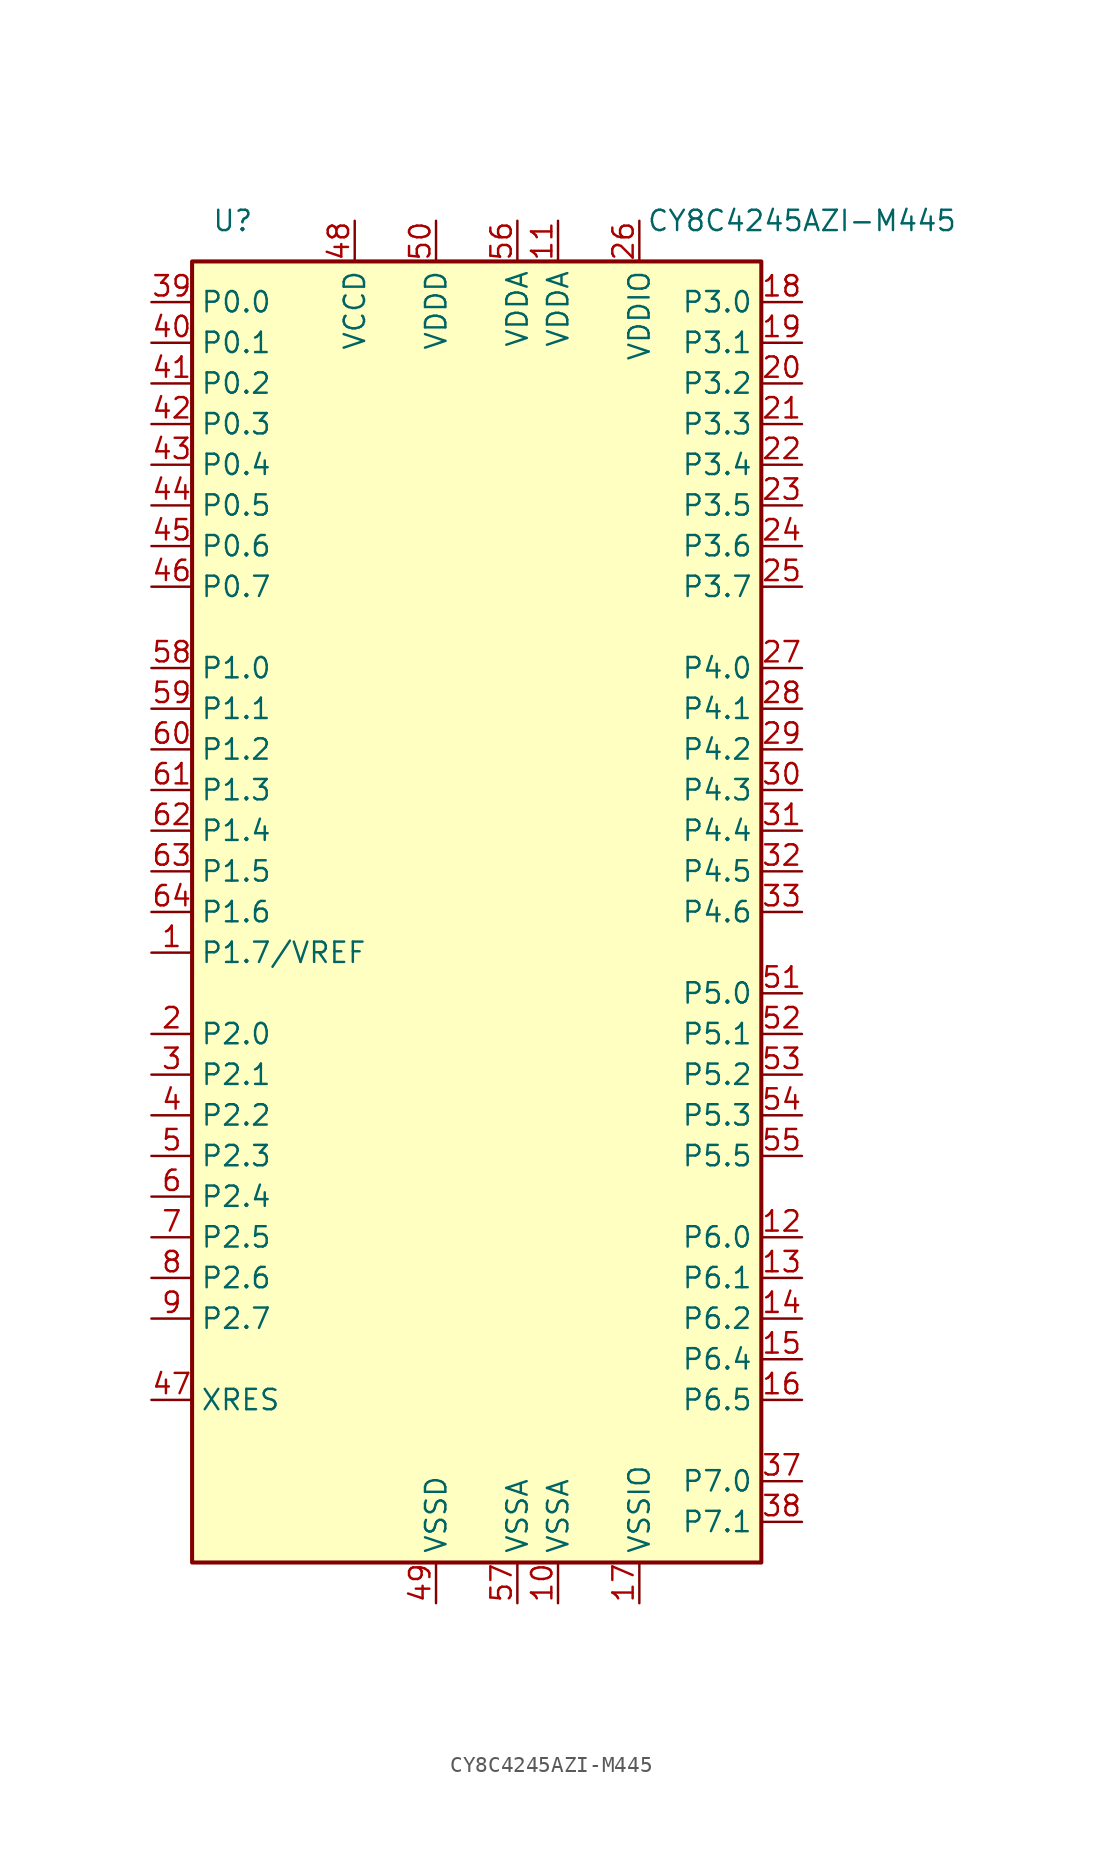
<source format=kicad_sym>
(kicad_symbol_lib
  (version 20241209)
  (generator "kicad_symbol_editor")
  (generator_version "9.0")
  (symbol "CY8C4245AZI-M445"
    (property "Reference" "U"
      (at -15.24 43.18 0)
      (effects (font (size 1.27 1.27))))
    (property "Value" "CY8C4245AZI-M445"
      (at 20.32 43.18 0)
      (effects (font (size 1.27 1.27))))
    (symbol "CY8C4245AZI-M445_0_1"
      (rectangle (start -17.78 40.64) (end 17.78 -40.64) (stroke (width 0.254) (type default)) (fill (type background))))
    (symbol "CY8C4245AZI-M445_1_1"
      (pin bidirectional line (at -20.32 38.1 0) (length 2.54) (name "P0.0" (effects (font (size 1.27 1.27)))) (number "39" (effects (font (size 1.27 1.27)))))
      (pin bidirectional line (at -20.32 35.56 0) (length 2.54) (name "P0.1" (effects (font (size 1.27 1.27)))) (number "40" (effects (font (size 1.27 1.27)))))
      (pin bidirectional line (at -20.32 33.02 0) (length 2.54) (name "P0.2" (effects (font (size 1.27 1.27)))) (number "41" (effects (font (size 1.27 1.27)))))
      (pin bidirectional line (at -20.32 30.48 0) (length 2.54) (name "P0.3" (effects (font (size 1.27 1.27)))) (number "42" (effects (font (size 1.27 1.27)))))
      (pin bidirectional line (at -20.32 27.94 0) (length 2.54) (name "P0.4" (effects (font (size 1.27 1.27)))) (number "43" (effects (font (size 1.27 1.27)))))
      (pin bidirectional line (at -20.32 25.4 0) (length 2.54) (name "P0.5" (effects (font (size 1.27 1.27)))) (number "44" (effects (font (size 1.27 1.27)))))
      (pin bidirectional line (at -20.32 22.86 0) (length 2.54) (name "P0.6" (effects (font (size 1.27 1.27)))) (number "45" (effects (font (size 1.27 1.27)))))
      (pin bidirectional line (at -20.32 20.32 0) (length 2.54) (name "P0.7" (effects (font (size 1.27 1.27)))) (number "46" (effects (font (size 1.27 1.27)))))
      (pin bidirectional line (at -20.32 15.24 0) (length 2.54) (name "P1.0" (effects (font (size 1.27 1.27)))) (number "58" (effects (font (size 1.27 1.27)))))
      (pin bidirectional line (at -20.32 12.7 0) (length 2.54) (name "P1.1" (effects (font (size 1.27 1.27)))) (number "59" (effects (font (size 1.27 1.27)))))
      (pin bidirectional line (at -20.32 10.16 0) (length 2.54) (name "P1.2" (effects (font (size 1.27 1.27)))) (number "60" (effects (font (size 1.27 1.27)))))
      (pin bidirectional line (at -20.32 7.62 0) (length 2.54) (name "P1.3" (effects (font (size 1.27 1.27)))) (number "61" (effects (font (size 1.27 1.27)))))
      (pin bidirectional line (at -20.32 5.08 0) (length 2.54) (name "P1.4" (effects (font (size 1.27 1.27)))) (number "62" (effects (font (size 1.27 1.27)))))
      (pin bidirectional line (at -20.32 2.54 0) (length 2.54) (name "P1.5" (effects (font (size 1.27 1.27)))) (number "63" (effects (font (size 1.27 1.27)))))
      (pin bidirectional line (at -20.32 0 0) (length 2.54) (name "P1.6" (effects (font (size 1.27 1.27)))) (number "64" (effects (font (size 1.27 1.27)))))
      (pin bidirectional line (at -20.32 -2.54 0) (length 2.54) (name "P1.7/VREF" (effects (font (size 1.27 1.27)))) (number "1" (effects (font (size 1.27 1.27)))))
      (pin bidirectional line (at -20.32 -7.62 0) (length 2.54) (name "P2.0" (effects (font (size 1.27 1.27)))) (number "2" (effects (font (size 1.27 1.27)))))
      (pin bidirectional line (at -20.32 -10.16 0) (length 2.54) (name "P2.1" (effects (font (size 1.27 1.27)))) (number "3" (effects (font (size 1.27 1.27)))))
      (pin bidirectional line (at -20.32 -12.7 0) (length 2.54) (name "P2.2" (effects (font (size 1.27 1.27)))) (number "4" (effects (font (size 1.27 1.27)))))
      (pin bidirectional line (at -20.32 -15.24 0) (length 2.54) (name "P2.3" (effects (font (size 1.27 1.27)))) (number "5" (effects (font (size 1.27 1.27)))))
      (pin bidirectional line (at -20.32 -17.78 0) (length 2.54) (name "P2.4" (effects (font (size 1.27 1.27)))) (number "6" (effects (font (size 1.27 1.27)))))
      (pin bidirectional line (at -20.32 -20.32 0) (length 2.54) (name "P2.5" (effects (font (size 1.27 1.27)))) (number "7" (effects (font (size 1.27 1.27)))))
      (pin bidirectional line (at -20.32 -22.86 0) (length 2.54) (name "P2.6" (effects (font (size 1.27 1.27)))) (number "8" (effects (font (size 1.27 1.27)))))
      (pin bidirectional line (at -20.32 -25.4 0) (length 2.54) (name "P2.7" (effects (font (size 1.27 1.27)))) (number "9" (effects (font (size 1.27 1.27)))))
      (pin input line (at -20.32 -30.48 0) (length 2.54) (name "XRES" (effects (font (size 1.27 1.27)))) (number "47" (effects (font (size 1.27 1.27)))))
      (pin power_out line (at -7.62 43.18 270) (length 2.54) (name "VCCD" (effects (font (size 1.27 1.27)))) (number "48" (effects (font (size 1.27 1.27)))))
      (pin power_in line (at -2.54 43.18 270) (length 2.54) (name "VDDD" (effects (font (size 1.27 1.27)))) (number "50" (effects (font (size 1.27 1.27)))))
      (pin power_in line (at -2.54 -43.18 90) (length 2.54) (name "VSSD" (effects (font (size 1.27 1.27)))) (number "49" (effects (font (size 1.27 1.27)))))
      (pin power_in line (at 2.54 43.18 270) (length 2.54) (name "VDDA" (effects (font (size 1.27 1.27)))) (number "56" (effects (font (size 1.27 1.27)))))
      (pin power_in line (at 2.54 -43.18 90) (length 2.54) (name "VSSA" (effects (font (size 1.27 1.27)))) (number "57" (effects (font (size 1.27 1.27)))))
      (pin power_in line (at 5.08 43.18 270) (length 2.54) (name "VDDA" (effects (font (size 1.27 1.27)))) (number "11" (effects (font (size 1.27 1.27)))))
      (pin power_in line (at 5.08 -43.18 90) (length 2.54) (name "VSSA" (effects (font (size 1.27 1.27)))) (number "10" (effects (font (size 1.27 1.27)))))
      (pin power_in line (at 10.16 43.18 270) (length 2.54) (name "VDDIO" (effects (font (size 1.27 1.27)))) (number "26" (effects (font (size 1.27 1.27)))))
      (pin power_in line (at 10.16 -43.18 90) (length 2.54) (name "VSSIO" (effects (font (size 1.27 1.27)))) (number "17" (effects (font (size 1.27 1.27)))))
      (pin bidirectional line (at 20.32 38.1 180) (length 2.54) (name "P3.0" (effects (font (size 1.27 1.27)))) (number "18" (effects (font (size 1.27 1.27)))))
      (pin bidirectional line (at 20.32 35.56 180) (length 2.54) (name "P3.1" (effects (font (size 1.27 1.27)))) (number "19" (effects (font (size 1.27 1.27)))))
      (pin bidirectional line (at 20.32 33.02 180) (length 2.54) (name "P3.2" (effects (font (size 1.27 1.27)))) (number "20" (effects (font (size 1.27 1.27)))))
      (pin bidirectional line (at 20.32 30.48 180) (length 2.54) (name "P3.3" (effects (font (size 1.27 1.27)))) (number "21" (effects (font (size 1.27 1.27)))))
      (pin bidirectional line (at 20.32 27.94 180) (length 2.54) (name "P3.4" (effects (font (size 1.27 1.27)))) (number "22" (effects (font (size 1.27 1.27)))))
      (pin bidirectional line (at 20.32 25.4 180) (length 2.54) (name "P3.5" (effects (font (size 1.27 1.27)))) (number "23" (effects (font (size 1.27 1.27)))))
      (pin bidirectional line (at 20.32 22.86 180) (length 2.54) (name "P3.6" (effects (font (size 1.27 1.27)))) (number "24" (effects (font (size 1.27 1.27)))))
      (pin bidirectional line (at 20.32 20.32 180) (length 2.54) (name "P3.7" (effects (font (size 1.27 1.27)))) (number "25" (effects (font (size 1.27 1.27)))))
      (pin bidirectional line (at 20.32 15.24 180) (length 2.54) (name "P4.0" (effects (font (size 1.27 1.27)))) (number "27" (effects (font (size 1.27 1.27)))))
      (pin bidirectional line (at 20.32 12.7 180) (length 2.54) (name "P4.1" (effects (font (size 1.27 1.27)))) (number "28" (effects (font (size 1.27 1.27)))))
      (pin bidirectional line (at 20.32 10.16 180) (length 2.54) (name "P4.2" (effects (font (size 1.27 1.27)))) (number "29" (effects (font (size 1.27 1.27)))))
      (pin bidirectional line (at 20.32 7.62 180) (length 2.54) (name "P4.3" (effects (font (size 1.27 1.27)))) (number "30" (effects (font (size 1.27 1.27)))))
      (pin bidirectional line (at 20.32 5.08 180) (length 2.54) (name "P4.4" (effects (font (size 1.27 1.27)))) (number "31" (effects (font (size 1.27 1.27)))))
      (pin bidirectional line (at 20.32 2.54 180) (length 2.54) (name "P4.5" (effects (font (size 1.27 1.27)))) (number "32" (effects (font (size 1.27 1.27)))))
      (pin bidirectional line (at 20.32 0 180) (length 2.54) (name "P4.6" (effects (font (size 1.27 1.27)))) (number "33" (effects (font (size 1.27 1.27)))))
      (pin bidirectional line (at 20.32 -5.08 180) (length 2.54) (name "P5.0" (effects (font (size 1.27 1.27)))) (number "51" (effects (font (size 1.27 1.27)))))
      (pin bidirectional line (at 20.32 -7.62 180) (length 2.54) (name "P5.1" (effects (font (size 1.27 1.27)))) (number "52" (effects (font (size 1.27 1.27)))))
      (pin bidirectional line (at 20.32 -10.16 180) (length 2.54) (name "P5.2" (effects (font (size 1.27 1.27)))) (number "53" (effects (font (size 1.27 1.27)))))
      (pin bidirectional line (at 20.32 -12.7 180) (length 2.54) (name "P5.3" (effects (font (size 1.27 1.27)))) (number "54" (effects (font (size 1.27 1.27)))))
      (pin bidirectional line (at 20.32 -15.24 180) (length 2.54) (name "P5.5" (effects (font (size 1.27 1.27)))) (number "55" (effects (font (size 1.27 1.27)))))
      (pin bidirectional line (at 20.32 -20.32 180) (length 2.54) (name "P6.0" (effects (font (size 1.27 1.27)))) (number "12" (effects (font (size 1.27 1.27)))))
      (pin bidirectional line (at 20.32 -22.86 180) (length 2.54) (name "P6.1" (effects (font (size 1.27 1.27)))) (number "13" (effects (font (size 1.27 1.27)))))
      (pin bidirectional line (at 20.32 -25.4 180) (length 2.54) (name "P6.2" (effects (font (size 1.27 1.27)))) (number "14" (effects (font (size 1.27 1.27)))))
      (pin bidirectional line (at 20.32 -27.94 180) (length 2.54) (name "P6.4" (effects (font (size 1.27 1.27)))) (number "15" (effects (font (size 1.27 1.27)))))
      (pin bidirectional line (at 20.32 -30.48 180) (length 2.54) (name "P6.5" (effects (font (size 1.27 1.27)))) (number "16" (effects (font (size 1.27 1.27)))))
      (pin bidirectional line (at 20.32 -35.56 180) (length 2.54) (name "P7.0" (effects (font (size 1.27 1.27)))) (number "37" (effects (font (size 1.27 1.27)))))
      (pin bidirectional line (at 20.32 -38.1 180) (length 2.54) (name "P7.1" (effects (font (size 1.27 1.27)))) (number "38" (effects (font (size 1.27 1.27))))))))
</source>
